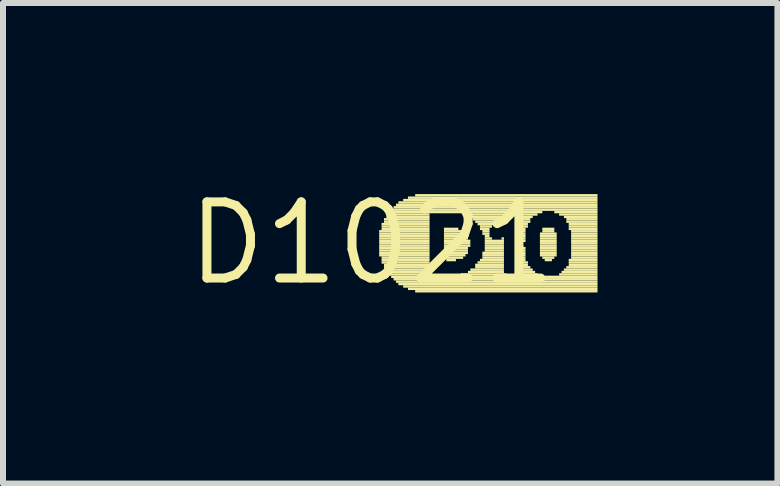
<source format=kicad_pcb>
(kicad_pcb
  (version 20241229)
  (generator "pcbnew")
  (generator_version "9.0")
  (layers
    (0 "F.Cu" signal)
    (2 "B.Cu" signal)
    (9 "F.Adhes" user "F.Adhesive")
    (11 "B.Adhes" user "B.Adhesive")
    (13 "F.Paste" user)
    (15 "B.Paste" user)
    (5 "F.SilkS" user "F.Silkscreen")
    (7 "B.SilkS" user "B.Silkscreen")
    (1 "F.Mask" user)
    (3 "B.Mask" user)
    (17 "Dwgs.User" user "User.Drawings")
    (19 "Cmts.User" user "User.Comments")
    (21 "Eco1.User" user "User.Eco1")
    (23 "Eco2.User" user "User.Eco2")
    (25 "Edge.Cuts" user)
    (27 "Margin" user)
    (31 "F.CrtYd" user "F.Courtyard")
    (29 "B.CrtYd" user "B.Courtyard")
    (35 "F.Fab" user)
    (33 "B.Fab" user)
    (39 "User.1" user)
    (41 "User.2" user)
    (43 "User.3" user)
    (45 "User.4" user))
  (footprint "D1021"
    (layer "F.Cu")
    (at 3.152 1.006)
    (property "Reference" "D1021" (at 0 0 0) (layer "F.SilkS") (effects (font (size 1.27 1.27) (thickness 0.15))))
    (fp_poly (pts (xy 0.12 -0.18) (xy 0.96 -0.18) (xy 0.96 -0.22) (xy 0.12 -0.22)) (stroke (width 0) (type default)) (fill yes) (layer "F.SilkS"))
    (fp_poly (pts (xy 0.12 -0.14) (xy 0.96 -0.14) (xy 0.96 -0.18) (xy 0.12 -0.18)) (stroke (width 0) (type default)) (fill yes) (layer "F.SilkS"))
    (fp_poly (pts (xy 0.12 -0.1) (xy 0.96 -0.1) (xy 0.96 -0.14) (xy 0.12 -0.14)) (stroke (width 0) (type default)) (fill yes) (layer "F.SilkS"))
    (fp_poly (pts (xy 0.12 -0.06) (xy 0.96 -0.06) (xy 0.96 -0.1) (xy 0.12 -0.1)) (stroke (width 0) (type default)) (fill yes) (layer "F.SilkS"))
    (fp_poly (pts (xy 0.12 -0.02) (xy 0.96 -0.02) (xy 0.96 -0.06) (xy 0.12 -0.06)) (stroke (width 0) (type default)) (fill yes) (layer "F.SilkS"))
    (fp_poly (pts (xy 0.12 0.02) (xy 0.96 0.02) (xy 0.96 -0.02) (xy 0.12 -0.02)) (stroke (width 0) (type default)) (fill yes) (layer "F.SilkS"))
    (fp_poly (pts (xy 0.12 0.06) (xy 0.96 0.06) (xy 0.96 0.02) (xy 0.12 0.02)) (stroke (width 0) (type default)) (fill yes) (layer "F.SilkS"))
    (fp_poly (pts (xy 0.12 0.1) (xy 0.96 0.1) (xy 0.96 0.06) (xy 0.12 0.06)) (stroke (width 0) (type default)) (fill yes) (layer "F.SilkS"))
    (fp_poly (pts (xy 0.12 0.14) (xy 0.96 0.14) (xy 0.96 0.1) (xy 0.12 0.1)) (stroke (width 0) (type default)) (fill yes) (layer "F.SilkS"))
    (fp_poly (pts (xy 0.12 0.18) (xy 0.96 0.18) (xy 0.96 0.14) (xy 0.12 0.14)) (stroke (width 0) (type default)) (fill yes) (layer "F.SilkS"))
    (fp_poly (pts (xy 0.12 0.22) (xy 0.96 0.22) (xy 0.96 0.18) (xy 0.12 0.18)) (stroke (width 0) (type default)) (fill yes) (layer "F.SilkS"))
    (fp_poly (pts (xy 0.16 -0.3) (xy 0.96 -0.3) (xy 0.96 -0.34) (xy 0.16 -0.34)) (stroke (width 0) (type default)) (fill yes) (layer "F.SilkS"))
    (fp_poly (pts (xy 0.16 -0.26) (xy 0.96 -0.26) (xy 0.96 -0.3) (xy 0.16 -0.3)) (stroke (width 0) (type default)) (fill yes) (layer "F.SilkS"))
    (fp_poly (pts (xy 0.16 -0.22) (xy 0.96 -0.22) (xy 0.96 -0.26) (xy 0.16 -0.26)) (stroke (width 0) (type default)) (fill yes) (layer "F.SilkS"))
    (fp_poly (pts (xy 0.16 0.26) (xy 0.96 0.26) (xy 0.96 0.22) (xy 0.16 0.22)) (stroke (width 0) (type default)) (fill yes) (layer "F.SilkS"))
    (fp_poly (pts (xy 0.16 0.3) (xy 0.96 0.3) (xy 0.96 0.26) (xy 0.16 0.26)) (stroke (width 0) (type default)) (fill yes) (layer "F.SilkS"))
    (fp_poly (pts (xy 0.16 0.34) (xy 0.96 0.34) (xy 0.96 0.3) (xy 0.16 0.3)) (stroke (width 0) (type default)) (fill yes) (layer "F.SilkS"))
    (fp_poly (pts (xy 0.2 -0.38) (xy 0.96 -0.38) (xy 0.96 -0.42) (xy 0.2 -0.42)) (stroke (width 0) (type default)) (fill yes) (layer "F.SilkS"))
    (fp_poly (pts (xy 0.2 -0.34) (xy 0.96 -0.34) (xy 0.96 -0.38) (xy 0.2 -0.38)) (stroke (width 0) (type default)) (fill yes) (layer "F.SilkS"))
    (fp_poly (pts (xy 0.2 0.38) (xy 0.96 0.38) (xy 0.96 0.34) (xy 0.2 0.34)) (stroke (width 0) (type default)) (fill yes) (layer "F.SilkS"))
    (fp_poly (pts (xy 0.2 0.42) (xy 0.96 0.42) (xy 0.96 0.38) (xy 0.2 0.38)) (stroke (width 0) (type default)) (fill yes) (layer "F.SilkS"))
    (fp_poly (pts (xy 0.24 -0.46) (xy 0.96 -0.46) (xy 0.96 -0.5) (xy 0.24 -0.5)) (stroke (width 0) (type default)) (fill yes) (layer "F.SilkS"))
    (fp_poly (pts (xy 0.24 -0.42) (xy 0.96 -0.42) (xy 0.96 -0.46) (xy 0.24 -0.46)) (stroke (width 0) (type default)) (fill yes) (layer "F.SilkS"))
    (fp_poly (pts (xy 0.24 0.46) (xy 0.96 0.46) (xy 0.96 0.42) (xy 0.24 0.42)) (stroke (width 0) (type default)) (fill yes) (layer "F.SilkS"))
    (fp_poly (pts (xy 0.24 0.5) (xy 0.96 0.5) (xy 0.96 0.46) (xy 0.24 0.46)) (stroke (width 0) (type default)) (fill yes) (layer "F.SilkS"))
    (fp_poly (pts (xy 0.28 -0.5) (xy 2.84 -0.5) (xy 2.84 -0.54) (xy 0.28 -0.54)) (stroke (width 0) (type default)) (fill yes) (layer "F.SilkS"))
    (fp_poly (pts (xy 0.28 0.54) (xy 1 0.54) (xy 1 0.5) (xy 0.28 0.5)) (stroke (width 0) (type default)) (fill yes) (layer "F.SilkS"))
    (fp_poly (pts (xy 0.32 -0.54) (xy 3.76 -0.54) (xy 3.76 -0.58) (xy 0.32 -0.58)) (stroke (width 0) (type default)) (fill yes) (layer "F.SilkS"))
    (fp_poly (pts (xy 0.32 0.58) (xy 3.76 0.58) (xy 3.76 0.54) (xy 0.32 0.54)) (stroke (width 0) (type default)) (fill yes) (layer "F.SilkS"))
    (fp_poly (pts (xy 0.36 -0.58) (xy 3.76 -0.58) (xy 3.76 -0.62) (xy 0.36 -0.62)) (stroke (width 0) (type default)) (fill yes) (layer "F.SilkS"))
    (fp_poly (pts (xy 0.36 0.62) (xy 3.76 0.62) (xy 3.76 0.58) (xy 0.36 0.58)) (stroke (width 0) (type default)) (fill yes) (layer "F.SilkS"))
    (fp_poly (pts (xy 0.4 -0.62) (xy 3.76 -0.62) (xy 3.76 -0.66) (xy 0.4 -0.66)) (stroke (width 0) (type default)) (fill yes) (layer "F.SilkS"))
    (fp_poly (pts (xy 0.4 0.66) (xy 3.76 0.66) (xy 3.76 0.62) (xy 0.4 0.62)) (stroke (width 0) (type default)) (fill yes) (layer "F.SilkS"))
    (fp_poly (pts (xy 0.44 -0.66) (xy 3.76 -0.66) (xy 3.76 -0.7) (xy 0.44 -0.7)) (stroke (width 0) (type default)) (fill yes) (layer "F.SilkS"))
    (fp_poly (pts (xy 0.44 0.7) (xy 3.76 0.7) (xy 3.76 0.66) (xy 0.44 0.66)) (stroke (width 0) (type default)) (fill yes) (layer "F.SilkS"))
    (fp_poly (pts (xy 0.52 -0.7) (xy 3.76 -0.7) (xy 3.76 -0.74) (xy 0.52 -0.74)) (stroke (width 0) (type default)) (fill yes) (layer "F.SilkS"))
    (fp_poly (pts (xy 0.52 0.74) (xy 3.76 0.74) (xy 3.76 0.7) (xy 0.52 0.7)) (stroke (width 0) (type default)) (fill yes) (layer "F.SilkS"))
    (fp_poly (pts (xy 0.6 -0.74) (xy 3.76 -0.74) (xy 3.76 -0.78) (xy 0.6 -0.78)) (stroke (width 0) (type default)) (fill yes) (layer "F.SilkS"))
    (fp_poly (pts (xy 0.6 0.78) (xy 3.76 0.78) (xy 3.76 0.74) (xy 0.6 0.74)) (stroke (width 0) (type default)) (fill yes) (layer "F.SilkS"))
    (fp_poly (pts (xy 0.72 -0.78) (xy 3.76 -0.78) (xy 3.76 -0.82) (xy 0.72 -0.82)) (stroke (width 0) (type default)) (fill yes) (layer "F.SilkS"))
    (fp_poly (pts (xy 0.72 0.82) (xy 3.76 0.82) (xy 3.76 0.78) (xy 0.72 0.78)) (stroke (width 0) (type default)) (fill yes) (layer "F.SilkS"))
    (fp_poly (pts (xy 1.2 -0.22) (xy 1.44 -0.22) (xy 1.44 -0.26) (xy 1.2 -0.26)) (stroke (width 0) (type default)) (fill yes) (layer "F.SilkS"))
    (fp_poly (pts (xy 1.2 -0.18) (xy 1.52 -0.18) (xy 1.52 -0.22) (xy 1.2 -0.22)) (stroke (width 0) (type default)) (fill yes) (layer "F.SilkS"))
    (fp_poly (pts (xy 1.2 -0.14) (xy 1.56 -0.14) (xy 1.56 -0.18) (xy 1.2 -0.18)) (stroke (width 0) (type default)) (fill yes) (layer "F.SilkS"))
    (fp_poly (pts (xy 1.2 -0.1) (xy 1.6 -0.1) (xy 1.6 -0.14) (xy 1.2 -0.14)) (stroke (width 0) (type default)) (fill yes) (layer "F.SilkS"))
    (fp_poly (pts (xy 1.2 -0.06) (xy 1.6 -0.06) (xy 1.6 -0.1) (xy 1.2 -0.1)) (stroke (width 0) (type default)) (fill yes) (layer "F.SilkS"))
    (fp_poly (pts (xy 1.2 -0.02) (xy 1.64 -0.02) (xy 1.64 -0.06) (xy 1.2 -0.06)) (stroke (width 0) (type default)) (fill yes) (layer "F.SilkS"))
    (fp_poly (pts (xy 1.2 0.02) (xy 1.64 0.02) (xy 1.64 -0.02) (xy 1.2 -0.02)) (stroke (width 0) (type default)) (fill yes) (layer "F.SilkS"))
    (fp_poly (pts (xy 1.2 0.06) (xy 1.64 0.06) (xy 1.64 0.02) (xy 1.2 0.02)) (stroke (width 0) (type default)) (fill yes) (layer "F.SilkS"))
    (fp_poly (pts (xy 1.2 0.1) (xy 1.6 0.1) (xy 1.6 0.06) (xy 1.2 0.06)) (stroke (width 0) (type default)) (fill yes) (layer "F.SilkS"))
    (fp_poly (pts (xy 1.2 0.14) (xy 1.6 0.14) (xy 1.6 0.1) (xy 1.2 0.1)) (stroke (width 0) (type default)) (fill yes) (layer "F.SilkS"))
    (fp_poly (pts (xy 1.2 0.18) (xy 1.6 0.18) (xy 1.6 0.14) (xy 1.2 0.14)) (stroke (width 0) (type default)) (fill yes) (layer "F.SilkS"))
    (fp_poly (pts (xy 1.2 0.22) (xy 1.56 0.22) (xy 1.56 0.18) (xy 1.2 0.18)) (stroke (width 0) (type default)) (fill yes) (layer "F.SilkS"))
    (fp_poly (pts (xy 1.2 0.26) (xy 1.52 0.26) (xy 1.52 0.22) (xy 1.2 0.22)) (stroke (width 0) (type default)) (fill yes) (layer "F.SilkS"))
    (fp_poly (pts (xy 1.24 0.3) (xy 1.4 0.3) (xy 1.4 0.26) (xy 1.24 0.26)) (stroke (width 0) (type default)) (fill yes) (layer "F.SilkS"))
    (fp_poly (pts (xy 1.48 0.54) (xy 2.24 0.54) (xy 2.24 0.5) (xy 1.48 0.5)) (stroke (width 0) (type default)) (fill yes) (layer "F.SilkS"))
    (fp_poly (pts (xy 1.52 -0.46) (xy 2.24 -0.46) (xy 2.24 -0.5) (xy 1.52 -0.5)) (stroke (width 0) (type default)) (fill yes) (layer "F.SilkS"))
    (fp_poly (pts (xy 1.6 -0.42) (xy 2.2 -0.42) (xy 2.2 -0.46) (xy 1.6 -0.46)) (stroke (width 0) (type default)) (fill yes) (layer "F.SilkS"))
    (fp_poly (pts (xy 1.6 0.5) (xy 2.2 0.5) (xy 2.2 0.46) (xy 1.6 0.46)) (stroke (width 0) (type default)) (fill yes) (layer "F.SilkS"))
    (fp_poly (pts (xy 1.64 0.46) (xy 2.2 0.46) (xy 2.2 0.42) (xy 1.64 0.42)) (stroke (width 0) (type default)) (fill yes) (layer "F.SilkS"))
    (fp_poly (pts (xy 1.68 -0.38) (xy 2.16 -0.38) (xy 2.16 -0.42) (xy 1.68 -0.42)) (stroke (width 0) (type default)) (fill yes) (layer "F.SilkS"))
    (fp_poly (pts (xy 1.72 -0.34) (xy 2.12 -0.34) (xy 2.12 -0.38) (xy 1.72 -0.38)) (stroke (width 0) (type default)) (fill yes) (layer "F.SilkS"))
    (fp_poly (pts (xy 1.72 0.38) (xy 2.2 0.38) (xy 2.2 0.34) (xy 1.72 0.34)) (stroke (width 0) (type default)) (fill yes) (layer "F.SilkS"))
    (fp_poly (pts (xy 1.72 0.42) (xy 2.2 0.42) (xy 2.2 0.38) (xy 1.72 0.38)) (stroke (width 0) (type default)) (fill yes) (layer "F.SilkS"))
    (fp_poly (pts (xy 1.76 -0.3) (xy 2.04 -0.3) (xy 2.04 -0.34) (xy 1.76 -0.34)) (stroke (width 0) (type default)) (fill yes) (layer "F.SilkS"))
    (fp_poly (pts (xy 1.76 0.34) (xy 2.2 0.34) (xy 2.2 0.3) (xy 1.76 0.3)) (stroke (width 0) (type default)) (fill yes) (layer "F.SilkS"))
    (fp_poly (pts (xy 1.8 -0.26) (xy 2 -0.26) (xy 2 -0.3) (xy 1.8 -0.3)) (stroke (width 0) (type default)) (fill yes) (layer "F.SilkS"))
    (fp_poly (pts (xy 1.8 -0.22) (xy 1.96 -0.22) (xy 1.96 -0.26) (xy 1.8 -0.26)) (stroke (width 0) (type default)) (fill yes) (layer "F.SilkS"))
    (fp_poly (pts (xy 1.8 0.3) (xy 2.2 0.3) (xy 2.2 0.26) (xy 1.8 0.26)) (stroke (width 0) (type default)) (fill yes) (layer "F.SilkS"))
    (fp_poly (pts (xy 1.84 -0.18) (xy 1.96 -0.18) (xy 1.96 -0.22) (xy 1.84 -0.22)) (stroke (width 0) (type default)) (fill yes) (layer "F.SilkS"))
    (fp_poly (pts (xy 1.84 -0.14) (xy 1.96 -0.14) (xy 1.96 -0.18) (xy 1.84 -0.18)) (stroke (width 0) (type default)) (fill yes) (layer "F.SilkS"))
    (fp_poly (pts (xy 1.84 0.18) (xy 2.2 0.18) (xy 2.2 0.14) (xy 1.84 0.14)) (stroke (width 0) (type default)) (fill yes) (layer "F.SilkS"))
    (fp_poly (pts (xy 1.84 0.22) (xy 2.2 0.22) (xy 2.2 0.18) (xy 1.84 0.18)) (stroke (width 0) (type default)) (fill yes) (layer "F.SilkS"))
    (fp_poly (pts (xy 1.84 0.26) (xy 2.2 0.26) (xy 2.2 0.22) (xy 1.84 0.22)) (stroke (width 0) (type default)) (fill yes) (layer "F.SilkS"))
    (fp_poly (pts (xy 1.88 -0.1) (xy 1.96 -0.1) (xy 1.96 -0.14) (xy 1.88 -0.14)) (stroke (width 0) (type default)) (fill yes) (layer "F.SilkS"))
    (fp_poly (pts (xy 1.88 -0.06) (xy 2 -0.06) (xy 2 -0.1) (xy 1.88 -0.1)) (stroke (width 0) (type default)) (fill yes) (layer "F.SilkS"))
    (fp_poly (pts (xy 1.88 -0.02) (xy 2.2 -0.02) (xy 2.2 -0.06) (xy 1.88 -0.06)) (stroke (width 0) (type default)) (fill yes) (layer "F.SilkS"))
    (fp_poly (pts (xy 1.88 0.02) (xy 2.2 0.02) (xy 2.2 -0.02) (xy 1.88 -0.02)) (stroke (width 0) (type default)) (fill yes) (layer "F.SilkS"))
    (fp_poly (pts (xy 1.88 0.06) (xy 2.2 0.06) (xy 2.2 0.02) (xy 1.88 0.02)) (stroke (width 0) (type default)) (fill yes) (layer "F.SilkS"))
    (fp_poly (pts (xy 1.88 0.1) (xy 2.2 0.1) (xy 2.2 0.06) (xy 1.88 0.06)) (stroke (width 0) (type default)) (fill yes) (layer "F.SilkS"))
    (fp_poly (pts (xy 1.88 0.14) (xy 2.2 0.14) (xy 2.2 0.1) (xy 1.88 0.1)) (stroke (width 0) (type default)) (fill yes) (layer "F.SilkS"))
    (fp_poly (pts (xy 2.16 -0.06) (xy 2.2 -0.06) (xy 2.2 -0.1) (xy 2.16 -0.1)) (stroke (width 0) (type default)) (fill yes) (layer "F.SilkS"))
    (fp_poly (pts (xy 2.4 0.54) (xy 2.76 0.54) (xy 2.76 0.5) (xy 2.4 0.5)) (stroke (width 0) (type default)) (fill yes) (layer "F.SilkS"))
    (fp_poly (pts (xy 2.44 -0.46) (xy 2.76 -0.46) (xy 2.76 -0.5) (xy 2.44 -0.5)) (stroke (width 0) (type default)) (fill yes) (layer "F.SilkS"))
    (fp_poly (pts (xy 2.44 -0.42) (xy 2.68 -0.42) (xy 2.68 -0.46) (xy 2.44 -0.46)) (stroke (width 0) (type default)) (fill yes) (layer "F.SilkS"))
    (fp_poly (pts (xy 2.44 -0.38) (xy 2.64 -0.38) (xy 2.64 -0.42) (xy 2.44 -0.42)) (stroke (width 0) (type default)) (fill yes) (layer "F.SilkS"))
    (fp_poly (pts (xy 2.44 -0.34) (xy 2.64 -0.34) (xy 2.64 -0.38) (xy 2.44 -0.38)) (stroke (width 0) (type default)) (fill yes) (layer "F.SilkS"))
    (fp_poly (pts (xy 2.44 -0.3) (xy 2.6 -0.3) (xy 2.6 -0.34) (xy 2.44 -0.34)) (stroke (width 0) (type default)) (fill yes) (layer "F.SilkS"))
    (fp_poly (pts (xy 2.44 -0.26) (xy 2.6 -0.26) (xy 2.6 -0.3) (xy 2.44 -0.3)) (stroke (width 0) (type default)) (fill yes) (layer "F.SilkS"))
    (fp_poly (pts (xy 2.44 -0.22) (xy 2.56 -0.22) (xy 2.56 -0.26) (xy 2.44 -0.26)) (stroke (width 0) (type default)) (fill yes) (layer "F.SilkS"))
    (fp_poly (pts (xy 2.44 -0.18) (xy 2.56 -0.18) (xy 2.56 -0.22) (xy 2.44 -0.22)) (stroke (width 0) (type default)) (fill yes) (layer "F.SilkS"))
    (fp_poly (pts (xy 2.44 -0.14) (xy 2.56 -0.14) (xy 2.56 -0.18) (xy 2.44 -0.18)) (stroke (width 0) (type default)) (fill yes) (layer "F.SilkS"))
    (fp_poly (pts (xy 2.44 -0.1) (xy 2.56 -0.1) (xy 2.56 -0.14) (xy 2.44 -0.14)) (stroke (width 0) (type default)) (fill yes) (layer "F.SilkS"))
    (fp_poly (pts (xy 2.44 -0.06) (xy 2.56 -0.06) (xy 2.56 -0.1) (xy 2.44 -0.1)) (stroke (width 0) (type default)) (fill yes) (layer "F.SilkS"))
    (fp_poly (pts (xy 2.44 -0.02) (xy 2.56 -0.02) (xy 2.56 -0.06) (xy 2.44 -0.06)) (stroke (width 0) (type default)) (fill yes) (layer "F.SilkS"))
    (fp_poly (pts (xy 2.44 0.02) (xy 2.52 0.02) (xy 2.52 -0.02) (xy 2.44 -0.02)) (stroke (width 0) (type default)) (fill yes) (layer "F.SilkS"))
    (fp_poly (pts (xy 2.44 0.06) (xy 2.52 0.06) (xy 2.52 0.02) (xy 2.44 0.02)) (stroke (width 0) (type default)) (fill yes) (layer "F.SilkS"))
    (fp_poly (pts (xy 2.44 0.1) (xy 2.56 0.1) (xy 2.56 0.06) (xy 2.44 0.06)) (stroke (width 0) (type default)) (fill yes) (layer "F.SilkS"))
    (fp_poly (pts (xy 2.44 0.14) (xy 2.56 0.14) (xy 2.56 0.1) (xy 2.44 0.1)) (stroke (width 0) (type default)) (fill yes) (layer "F.SilkS"))
    (fp_poly (pts (xy 2.44 0.18) (xy 2.56 0.18) (xy 2.56 0.14) (xy 2.44 0.14)) (stroke (width 0) (type default)) (fill yes) (layer "F.SilkS"))
    (fp_poly (pts (xy 2.44 0.22) (xy 2.56 0.22) (xy 2.56 0.18) (xy 2.44 0.18)) (stroke (width 0) (type default)) (fill yes) (layer "F.SilkS"))
    (fp_poly (pts (xy 2.44 0.26) (xy 2.56 0.26) (xy 2.56 0.22) (xy 2.44 0.22)) (stroke (width 0) (type default)) (fill yes) (layer "F.SilkS"))
    (fp_poly (pts (xy 2.44 0.3) (xy 2.56 0.3) (xy 2.56 0.26) (xy 2.44 0.26)) (stroke (width 0) (type default)) (fill yes) (layer "F.SilkS"))
    (fp_poly (pts (xy 2.44 0.34) (xy 2.6 0.34) (xy 2.6 0.3) (xy 2.44 0.3)) (stroke (width 0) (type default)) (fill yes) (layer "F.SilkS"))
    (fp_poly (pts (xy 2.44 0.38) (xy 2.6 0.38) (xy 2.6 0.34) (xy 2.44 0.34)) (stroke (width 0) (type default)) (fill yes) (layer "F.SilkS"))
    (fp_poly (pts (xy 2.44 0.42) (xy 2.64 0.42) (xy 2.64 0.38) (xy 2.44 0.38)) (stroke (width 0) (type default)) (fill yes) (layer "F.SilkS"))
    (fp_poly (pts (xy 2.44 0.46) (xy 2.68 0.46) (xy 2.68 0.42) (xy 2.44 0.42)) (stroke (width 0) (type default)) (fill yes) (layer "F.SilkS"))
    (fp_poly (pts (xy 2.44 0.5) (xy 2.72 0.5) (xy 2.72 0.46) (xy 2.44 0.46)) (stroke (width 0) (type default)) (fill yes) (layer "F.SilkS"))
    (fp_poly (pts (xy 2.8 -0.14) (xy 3.08 -0.14) (xy 3.08 -0.18) (xy 2.8 -0.18)) (stroke (width 0) (type default)) (fill yes) (layer "F.SilkS"))
    (fp_poly (pts (xy 2.8 -0.1) (xy 3.08 -0.1) (xy 3.08 -0.14) (xy 2.8 -0.14)) (stroke (width 0) (type default)) (fill yes) (layer "F.SilkS"))
    (fp_poly (pts (xy 2.8 -0.06) (xy 3.08 -0.06) (xy 3.08 -0.1) (xy 2.8 -0.1)) (stroke (width 0) (type default)) (fill yes) (layer "F.SilkS"))
    (fp_poly (pts (xy 2.8 -0.02) (xy 3.08 -0.02) (xy 3.08 -0.06) (xy 2.8 -0.06)) (stroke (width 0) (type default)) (fill yes) (layer "F.SilkS"))
    (fp_poly (pts (xy 2.8 0.02) (xy 3.08 0.02) (xy 3.08 -0.02) (xy 2.8 -0.02)) (stroke (width 0) (type default)) (fill yes) (layer "F.SilkS"))
    (fp_poly (pts (xy 2.8 0.06) (xy 3.08 0.06) (xy 3.08 0.02) (xy 2.8 0.02)) (stroke (width 0) (type default)) (fill yes) (layer "F.SilkS"))
    (fp_poly (pts (xy 2.8 0.1) (xy 3.08 0.1) (xy 3.08 0.06) (xy 2.8 0.06)) (stroke (width 0) (type default)) (fill yes) (layer "F.SilkS"))
    (fp_poly (pts (xy 2.8 0.14) (xy 3.08 0.14) (xy 3.08 0.1) (xy 2.8 0.1)) (stroke (width 0) (type default)) (fill yes) (layer "F.SilkS"))
    (fp_poly (pts (xy 2.8 0.18) (xy 3.08 0.18) (xy 3.08 0.14) (xy 2.8 0.14)) (stroke (width 0) (type default)) (fill yes) (layer "F.SilkS"))
    (fp_poly (pts (xy 2.8 0.22) (xy 3.08 0.22) (xy 3.08 0.18) (xy 2.8 0.18)) (stroke (width 0) (type default)) (fill yes) (layer "F.SilkS"))
    (fp_poly (pts (xy 2.84 -0.22) (xy 3.04 -0.22) (xy 3.04 -0.26) (xy 2.84 -0.26)) (stroke (width 0) (type default)) (fill yes) (layer "F.SilkS"))
    (fp_poly (pts (xy 2.84 -0.18) (xy 3.04 -0.18) (xy 3.04 -0.22) (xy 2.84 -0.22)) (stroke (width 0) (type default)) (fill yes) (layer "F.SilkS"))
    (fp_poly (pts (xy 2.84 0.26) (xy 3.04 0.26) (xy 3.04 0.22) (xy 2.84 0.22)) (stroke (width 0) (type default)) (fill yes) (layer "F.SilkS"))
    (fp_poly (pts (xy 2.88 0.3) (xy 3 0.3) (xy 3 0.26) (xy 2.88 0.26)) (stroke (width 0) (type default)) (fill yes) (layer "F.SilkS"))
    (fp_poly (pts (xy 3.04 -0.5) (xy 3.76 -0.5) (xy 3.76 -0.54) (xy 3.04 -0.54)) (stroke (width 0) (type default)) (fill yes) (layer "F.SilkS"))
    (fp_poly (pts (xy 3.12 -0.46) (xy 3.76 -0.46) (xy 3.76 -0.5) (xy 3.12 -0.5)) (stroke (width 0) (type default)) (fill yes) (layer "F.SilkS"))
    (fp_poly (pts (xy 3.12 0.54) (xy 3.76 0.54) (xy 3.76 0.5) (xy 3.12 0.5)) (stroke (width 0) (type default)) (fill yes) (layer "F.SilkS"))
    (fp_poly (pts (xy 3.16 0.5) (xy 3.76 0.5) (xy 3.76 0.46) (xy 3.16 0.46)) (stroke (width 0) (type default)) (fill yes) (layer "F.SilkS"))
    (fp_poly (pts (xy 3.2 -0.42) (xy 3.76 -0.42) (xy 3.76 -0.46) (xy 3.2 -0.46)) (stroke (width 0) (type default)) (fill yes) (layer "F.SilkS"))
    (fp_poly (pts (xy 3.2 0.46) (xy 3.76 0.46) (xy 3.76 0.42) (xy 3.2 0.42)) (stroke (width 0) (type default)) (fill yes) (layer "F.SilkS"))
    (fp_poly (pts (xy 3.24 -0.38) (xy 3.76 -0.38) (xy 3.76 -0.42) (xy 3.24 -0.42)) (stroke (width 0) (type default)) (fill yes) (layer "F.SilkS"))
    (fp_poly (pts (xy 3.24 -0.34) (xy 3.76 -0.34) (xy 3.76 -0.38) (xy 3.24 -0.38)) (stroke (width 0) (type default)) (fill yes) (layer "F.SilkS"))
    (fp_poly (pts (xy 3.24 0.42) (xy 3.76 0.42) (xy 3.76 0.38) (xy 3.24 0.38)) (stroke (width 0) (type default)) (fill yes) (layer "F.SilkS"))
    (fp_poly (pts (xy 3.28 -0.3) (xy 3.76 -0.3) (xy 3.76 -0.34) (xy 3.28 -0.34)) (stroke (width 0) (type default)) (fill yes) (layer "F.SilkS"))
    (fp_poly (pts (xy 3.28 -0.26) (xy 3.76 -0.26) (xy 3.76 -0.3) (xy 3.28 -0.3)) (stroke (width 0) (type default)) (fill yes) (layer "F.SilkS"))
    (fp_poly (pts (xy 3.28 -0.22) (xy 3.76 -0.22) (xy 3.76 -0.26) (xy 3.28 -0.26)) (stroke (width 0) (type default)) (fill yes) (layer "F.SilkS"))
    (fp_poly (pts (xy 3.28 0.3) (xy 3.76 0.3) (xy 3.76 0.26) (xy 3.28 0.26)) (stroke (width 0) (type default)) (fill yes) (layer "F.SilkS"))
    (fp_poly (pts (xy 3.28 0.34) (xy 3.76 0.34) (xy 3.76 0.3) (xy 3.28 0.3)) (stroke (width 0) (type default)) (fill yes) (layer "F.SilkS"))
    (fp_poly (pts (xy 3.28 0.38) (xy 3.76 0.38) (xy 3.76 0.34) (xy 3.28 0.34)) (stroke (width 0) (type default)) (fill yes) (layer "F.SilkS"))
    (fp_poly (pts (xy 3.32 -0.18) (xy 3.76 -0.18) (xy 3.76 -0.22) (xy 3.32 -0.22)) (stroke (width 0) (type default)) (fill yes) (layer "F.SilkS"))
    (fp_poly (pts (xy 3.32 -0.14) (xy 3.76 -0.14) (xy 3.76 -0.18) (xy 3.32 -0.18)) (stroke (width 0) (type default)) (fill yes) (layer "F.SilkS"))
    (fp_poly (pts (xy 3.32 -0.1) (xy 3.76 -0.1) (xy 3.76 -0.14) (xy 3.32 -0.14)) (stroke (width 0) (type default)) (fill yes) (layer "F.SilkS"))
    (fp_poly (pts (xy 3.32 -0.06) (xy 3.76 -0.06) (xy 3.76 -0.1) (xy 3.32 -0.1)) (stroke (width 0) (type default)) (fill yes) (layer "F.SilkS"))
    (fp_poly (pts (xy 3.32 -0.02) (xy 3.76 -0.02) (xy 3.76 -0.06) (xy 3.32 -0.06)) (stroke (width 0) (type default)) (fill yes) (layer "F.SilkS"))
    (fp_poly (pts (xy 3.32 0.02) (xy 3.76 0.02) (xy 3.76 -0.02) (xy 3.32 -0.02)) (stroke (width 0) (type default)) (fill yes) (layer "F.SilkS"))
    (fp_poly (pts (xy 3.32 0.06) (xy 3.76 0.06) (xy 3.76 0.02) (xy 3.32 0.02)) (stroke (width 0) (type default)) (fill yes) (layer "F.SilkS"))
    (fp_poly (pts (xy 3.32 0.1) (xy 3.76 0.1) (xy 3.76 0.06) (xy 3.32 0.06)) (stroke (width 0) (type default)) (fill yes) (layer "F.SilkS"))
    (fp_poly (pts (xy 3.32 0.14) (xy 3.76 0.14) (xy 3.76 0.1) (xy 3.32 0.1)) (stroke (width 0) (type default)) (fill yes) (layer "F.SilkS"))
    (fp_poly (pts (xy 3.32 0.18) (xy 3.76 0.18) (xy 3.76 0.14) (xy 3.32 0.14)) (stroke (width 0) (type default)) (fill yes) (layer "F.SilkS"))
    (fp_poly (pts (xy 3.32 0.22) (xy 3.76 0.22) (xy 3.76 0.18) (xy 3.32 0.18)) (stroke (width 0) (type default)) (fill yes) (layer "F.SilkS"))
    (fp_poly (pts (xy 3.32 0.26) (xy 3.76 0.26) (xy 3.76 0.22) (xy 3.32 0.22)) (stroke (width 0) (type default)) (fill yes) (layer "F.SilkS")))
  (gr_rect
    (start -3 -3)
    (end 9.912 5.012)
    (stroke (width 0.1) (type default))
    (fill no)
    (layer "Edge.Cuts")))
</source>
